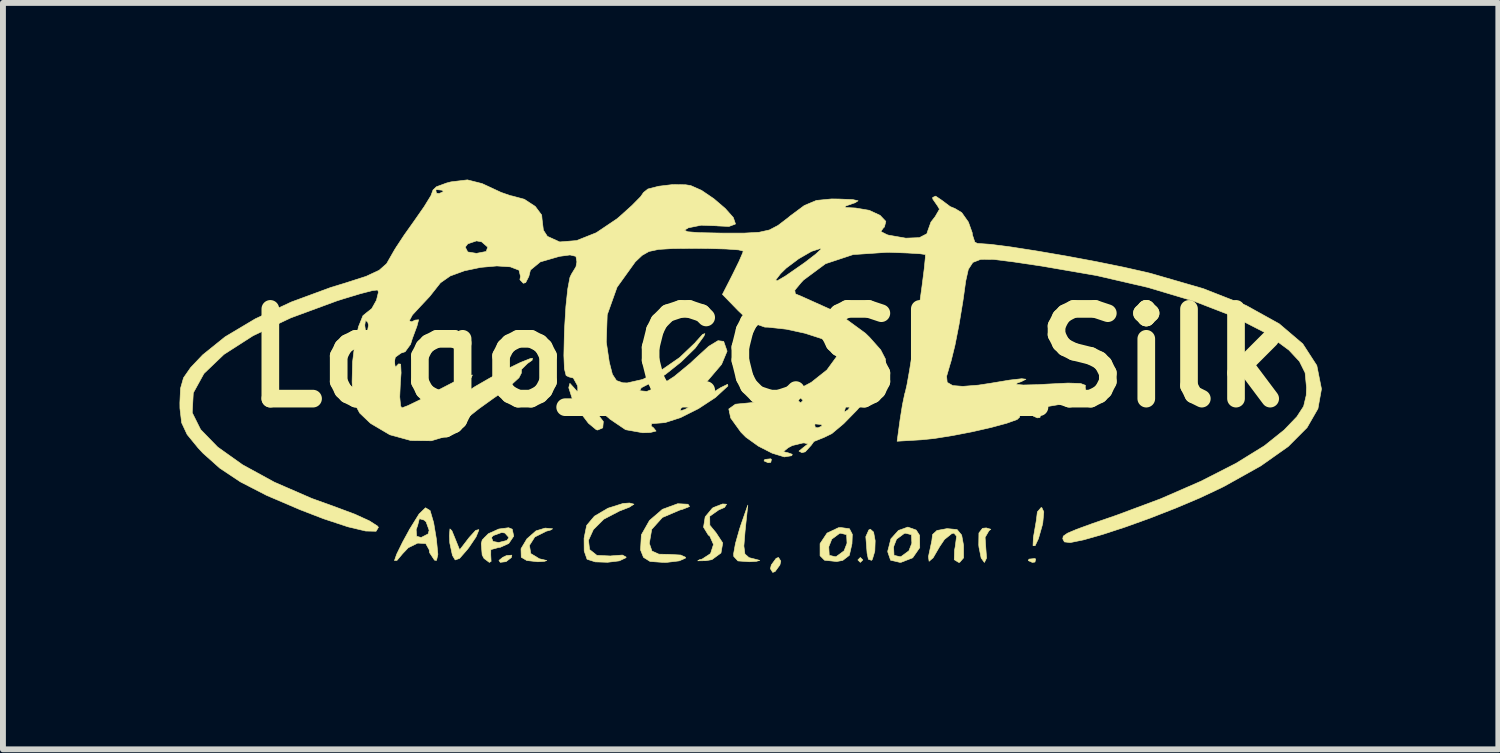
<source format=kicad_pcb>
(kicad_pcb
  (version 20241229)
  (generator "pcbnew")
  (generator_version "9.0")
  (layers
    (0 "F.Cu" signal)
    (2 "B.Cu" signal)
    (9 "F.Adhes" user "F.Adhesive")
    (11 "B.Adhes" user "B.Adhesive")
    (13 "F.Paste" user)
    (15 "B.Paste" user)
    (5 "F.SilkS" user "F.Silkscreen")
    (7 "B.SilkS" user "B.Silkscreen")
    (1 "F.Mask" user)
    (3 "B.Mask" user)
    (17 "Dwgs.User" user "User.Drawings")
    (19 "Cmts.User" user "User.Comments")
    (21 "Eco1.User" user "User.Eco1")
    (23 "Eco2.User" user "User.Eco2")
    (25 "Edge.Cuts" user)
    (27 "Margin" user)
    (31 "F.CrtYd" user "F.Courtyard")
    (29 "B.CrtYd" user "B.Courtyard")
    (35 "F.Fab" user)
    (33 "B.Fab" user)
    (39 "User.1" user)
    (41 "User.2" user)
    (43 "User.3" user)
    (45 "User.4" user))
  (footprint "Logo_CCSL_Silk"
    (layer "F.Cu")
    (at 9.996 3.031)
    (property "Reference" "Logo_CCSL_Silk" (at 0 0 0) (layer "F.SilkS") (effects (font (size 1.524 1.524) (thickness 0.3))))
    (attr through_hole)
    (fp_poly (pts (xy 1.609 3.429) (xy 1.566 3.471) (xy 1.524 3.429) (xy 1.566 3.387) (xy 1.609 3.429)) (stroke (width 0.01) (type solid)) (fill yes) (layer "F.SilkS"))
    (fp_poly (pts (xy 0.056 1.722) (xy 0.045 1.772) (xy 0 1.778) (xy -0.07 1.747) (xy -0.056 1.722) (xy 0.044 1.711) (xy 0.056 1.722)) (stroke (width 0.01) (type solid)) (fill yes) (layer "F.SilkS"))
    (fp_poly (pts (xy 4.544 3.415) (xy 4.532 3.465) (xy 4.487 3.471) (xy 4.418 3.44) (xy 4.431 3.415) (xy 4.531 3.405) (xy 4.544 3.415)) (stroke (width 0.01) (type solid)) (fill yes) (layer "F.SilkS"))
    (fp_poly (pts (xy 4.628 0.96) (xy 4.617 1.01) (xy 4.572 1.016) (xy 4.502 0.985) (xy 4.516 0.96) (xy 4.616 0.949) (xy 4.628 0.96)) (stroke (width 0.01) (type solid)) (fill yes) (layer "F.SilkS"))
    (fp_poly (pts (xy -4.361 3.388) (xy -4.451 3.458) (xy -4.549 3.47) (xy -4.572 3.438) (xy -4.506 3.384) (xy -4.441 3.354) (xy -4.353 3.348) (xy -4.361 3.388)) (stroke (width 0.01) (type solid)) (fill yes) (layer "F.SilkS"))
    (fp_poly (pts (xy 0.215 3.449) (xy 0.2 3.514) (xy 0.118 3.626) (xy 0.078 3.641) (xy 0.039 3.578) (xy 0.054 3.514) (xy 0.136 3.402) (xy 0.176 3.387) (xy 0.215 3.449)) (stroke (width 0.01) (type solid)) (fill yes) (layer "F.SilkS"))
    (fp_poly (pts (xy 1.791 2.956) (xy 1.818 3.103) (xy 1.812 3.28) (xy 1.771 3.417) (xy 1.757 3.436) (xy 1.703 3.418) (xy 1.681 3.316) (xy 1.666 3.121) (xy 1.659 3.034) (xy 1.71 2.92) (xy 1.736 2.907) (xy 1.791 2.956)) (stroke (width 0.01) (type solid)) (fill yes) (layer "F.SilkS"))
    (fp_poly (pts (xy 3.782 2.908) (xy 3.75 2.934) (xy 3.685 3.046) (xy 3.697 3.223) (xy 3.71 3.397) (xy 3.674 3.471) (xy 3.672 3.471) (xy 3.618 3.396) (xy 3.581 3.213) (xy 3.577 3.175) (xy 3.58 2.972) (xy 3.641 2.892) (xy 3.704 2.885) (xy 3.782 2.908)) (stroke (width 0.01) (type solid)) (fill yes) (layer "F.SilkS"))
    (fp_poly (pts (xy 4.682 2.613) (xy 4.665 2.798) (xy 4.655 2.843) (xy 4.591 3.068) (xy 4.534 3.188) (xy 4.499 3.187) (xy 4.505 3.05) (xy 4.518 2.974) (xy 4.555 2.759) (xy 4.572 2.62) (xy 4.572 2.614) (xy 4.635 2.541) (xy 4.648 2.54) (xy 4.682 2.613)) (stroke (width 0.01) (type solid)) (fill yes) (layer "F.SilkS"))
    (fp_poly (pts (xy -0.391 2.935) (xy -0.412 3.193) (xy -0.394 3.329) (xy -0.324 3.39) (xy -0.24 3.411) (xy -0.142 3.437) (xy -0.201 3.453) (xy -0.318 3.46) (xy -0.513 3.446) (xy -0.584 3.369) (xy -0.586 3.323) (xy -0.555 3.151) (xy -0.486 2.907) (xy -0.463 2.836) (xy -0.345 2.498) (xy -0.391 2.935)) (stroke (width 0.01) (type solid)) (fill yes) (layer "F.SilkS"))
    (fp_poly (pts (xy -5.372 2.932) (xy -5.324 3.048) (xy -5.239 3.259) (xy -5.077 3.048) (xy -4.967 2.927) (xy -4.914 2.914) (xy -4.913 2.921) (xy -4.961 3.038) (xy -5.081 3.216) (xy -5.109 3.252) (xy -5.241 3.403) (xy -5.315 3.429) (xy -5.362 3.351) (xy -5.407 3.141) (xy -5.413 3.02) (xy -5.404 2.902) (xy -5.372 2.932)) (stroke (width 0.01) (type solid)) (fill yes) (layer "F.SilkS"))
    (fp_poly (pts (xy -3.66 2.9) (xy -3.697 2.922) (xy -3.768 2.941) (xy -3.963 3.039) (xy -4.054 3.182) (xy -4.031 3.321) (xy -3.884 3.41) (xy -3.873 3.412) (xy -3.759 3.439) (xy -3.801 3.453) (xy -3.911 3.46) (xy -4.099 3.439) (xy -4.193 3.383) (xy -4.197 3.239) (xy -4.097 3.071) (xy -3.942 2.935) (xy -3.787 2.888) (xy -3.66 2.9)) (stroke (width 0.01) (type solid)) (fill yes) (layer "F.SilkS"))
    (fp_poly (pts (xy -0.706 2.483) (xy -0.74 2.537) (xy -0.84 2.58) (xy -0.992 2.687) (xy -0.99 2.84) (xy -0.885 2.967) (xy -0.771 3.141) (xy -0.801 3.311) (xy -0.955 3.424) (xy -1.058 3.442) (xy -1.196 3.444) (xy -1.165 3.425) (xy -1.122 3.415) (xy -0.978 3.321) (xy -0.928 3.166) (xy -0.991 3.024) (xy -1.016 3.006) (xy -1.097 2.873) (xy -1.069 2.697) (xy -0.947 2.55) (xy -0.924 2.536) (xy -0.772 2.478) (xy -0.706 2.483)) (stroke (width 0.01) (type solid)) (fill yes) (layer "F.SilkS"))
    (fp_poly (pts (xy 3.209 2.913) (xy 3.287 3.007) (xy 3.319 3.181) (xy 3.32 3.393) (xy 3.254 3.47) (xy 3.236 3.471) (xy 3.161 3.425) (xy 3.166 3.264) (xy 3.177 3.207) (xy 3.201 3.027) (xy 3.157 2.974) (xy 3.12 2.981) (xy 2.995 3.081) (xy 2.912 3.204) (xy 2.803 3.392) (xy 2.734 3.452) (xy 2.723 3.374) (xy 2.738 3.302) (xy 2.78 3.105) (xy 2.793 2.997) (xy 2.867 2.929) (xy 3.039 2.897) (xy 3.209 2.913)) (stroke (width 0.01) (type solid)) (fill yes) (layer "F.SilkS"))
    (fp_poly (pts (xy -1.361 2.483) (xy -1.335 2.521) (xy -1.458 2.571) (xy -1.499 2.581) (xy -1.796 2.708) (xy -1.977 2.909) (xy -2.018 3.147) (xy -1.973 3.278) (xy -1.856 3.331) (xy -1.674 3.335) (xy -1.484 3.346) (xy -1.402 3.384) (xy -1.404 3.398) (xy -1.51 3.445) (xy -1.718 3.47) (xy -1.781 3.471) (xy -2.005 3.455) (xy -2.117 3.385) (xy -2.167 3.259) (xy -2.153 3.003) (xy -2.015 2.759) (xy -1.795 2.569) (xy -1.535 2.474) (xy -1.361 2.483)) (stroke (width 0.01) (type solid)) (fill yes) (layer "F.SilkS"))
    (fp_poly (pts (xy 1.381 2.899) (xy 1.43 2.994) (xy 1.424 3.154) (xy 1.379 3.351) (xy 1.267 3.437) (xy 1.164 3.456) (xy 0.958 3.434) (xy 0.882 3.357) (xy 0.882 3.205) (xy 1.03 3.205) (xy 1.038 3.35) (xy 1.14 3.375) (xy 1.157 3.372) (xy 1.29 3.274) (xy 1.34 3.145) (xy 1.333 3) (xy 1.231 2.975) (xy 1.213 2.978) (xy 1.081 3.076) (xy 1.03 3.205) (xy 0.882 3.205) (xy 0.882 3.152) (xy 1.001 2.973) (xy 1.196 2.881) (xy 1.236 2.879) (xy 1.381 2.899)) (stroke (width 0.01) (type solid)) (fill yes) (layer "F.SilkS"))
    (fp_poly (pts (xy 2.515 2.922) (xy 2.573 3.012) (xy 2.575 3.22) (xy 2.455 3.393) (xy 2.254 3.471) (xy 2.241 3.471) (xy 2.08 3.434) (xy 2.032 3.294) (xy 2.032 3.277) (xy 2.051 3.205) (xy 2.131 3.205) (xy 2.138 3.35) (xy 2.24 3.375) (xy 2.258 3.372) (xy 2.391 3.274) (xy 2.441 3.145) (xy 2.434 3) (xy 2.332 2.975) (xy 2.314 2.978) (xy 2.181 3.076) (xy 2.131 3.205) (xy 2.051 3.205) (xy 2.085 3.071) (xy 2.214 2.928) (xy 2.373 2.871) (xy 2.515 2.922)) (stroke (width 0.01) (type solid)) (fill yes) (layer "F.SilkS"))
    (fp_poly (pts (xy -2.279 2.482) (xy -2.359 2.534) (xy -2.525 2.598) (xy -2.791 2.737) (xy -2.968 2.913) (xy -3.051 3.095) (xy -3.033 3.252) (xy -2.909 3.351) (xy -2.673 3.362) (xy -2.664 3.36) (xy -2.474 3.346) (xy -2.411 3.381) (xy -2.416 3.392) (xy -2.528 3.445) (xy -2.727 3.469) (xy -2.935 3.462) (xy -3.071 3.419) (xy -3.076 3.415) (xy -3.124 3.277) (xy -3.126 3.06) (xy -3.083 2.848) (xy -3.08 2.84) (xy -2.95 2.686) (xy -2.721 2.551) (xy -2.465 2.47) (xy -2.354 2.462) (xy -2.279 2.482)) (stroke (width 0.01) (type solid)) (fill yes) (layer "F.SilkS"))
    (fp_poly (pts (xy -4.346 2.907) (xy -4.321 3.025) (xy -4.405 3.149) (xy -4.553 3.216) (xy -4.578 3.217) (xy -4.71 3.254) (xy -4.711 3.344) (xy -4.705 3.454) (xy -4.735 3.471) (xy -4.825 3.404) (xy -4.857 3.344) (xy -4.872 3.153) (xy -4.856 3.09) (xy -4.816 3.048) (xy -4.699 3.048) (xy -4.673 3.115) (xy -4.577 3.133) (xy -4.437 3.098) (xy -4.403 3.048) (xy -4.471 2.972) (xy -4.525 2.963) (xy -4.669 3.015) (xy -4.699 3.048) (xy -4.816 3.048) (xy -4.751 2.983) (xy -4.575 2.904) (xy -4.408 2.882) (xy -4.346 2.907)) (stroke (width 0.01) (type solid)) (fill yes) (layer "F.SilkS"))
    (fp_poly (pts (xy -5.741 2.591) (xy -5.681 2.796) (xy -5.634 3.078) (xy -5.609 3.334) (xy -5.632 3.437) (xy -5.666 3.433) (xy -5.75 3.306) (xy -5.757 3.255) (xy -5.815 3.151) (xy -5.952 3.143) (xy -6.112 3.222) (xy -6.208 3.323) (xy -6.304 3.437) (xy -6.346 3.439) (xy -6.309 3.332) (xy -6.208 3.126) (xy -6.092 2.914) (xy -5.978 2.914) (xy -5.97 3.027) (xy -5.893 3.048) (xy -5.775 2.987) (xy -5.757 2.926) (xy -5.809 2.782) (xy -5.842 2.752) (xy -5.921 2.729) (xy -5.927 2.74) (xy -5.953 2.844) (xy -5.978 2.914) (xy -6.092 2.914) (xy -6.084 2.9) (xy -5.928 2.648) (xy -5.819 2.543) (xy -5.741 2.591)) (stroke (width 0.01) (type solid)) (fill yes) (layer "F.SilkS"))
    (fp_poly (pts (xy -4.858 -2.963) (xy -4.752 -2.914) (xy -4.535 -2.813) (xy -4.374 -2.757) (xy -4.35 -2.753) (xy -4.141 -2.697) (xy -3.955 -2.575) (xy -3.846 -2.429) (xy -3.839 -2.352) (xy -3.817 -2.172) (xy -3.749 -2.067) (xy -3.54 -1.972) (xy -3.253 -1.995) (xy -2.919 -2.128) (xy -2.571 -2.362) (xy -2.523 -2.402) (xy -2.312 -2.592) (xy -2.165 -2.741) (xy -2.117 -2.811) (xy -2.042 -2.871) (xy -1.858 -2.918) (xy -1.624 -2.946) (xy -1.401 -2.943) (xy -1.314 -2.929) (xy -1.131 -2.848) (xy -0.922 -2.706) (xy -0.728 -2.54) (xy -0.591 -2.386) (xy -0.555 -2.28) (xy -0.557 -2.275) (xy -0.665 -2.235) (xy -0.861 -2.244) (xy -0.874 -2.246) (xy -1.137 -2.256) (xy -1.355 -2.212) (xy -1.42 -2.172) (xy -1.367 -2.145) (xy -1.18 -2.13) (xy -0.842 -2.123) (xy -0.776 -2.122) (xy -0.404 -2.122) (xy -0.154 -2.136) (xy 0.021 -2.175) (xy 0.168 -2.252) (xy 0.333 -2.378) (xy 0.375 -2.413) (xy 0.615 -2.591) (xy 0.82 -2.677) (xy 1.075 -2.702) (xy 1.194 -2.701) (xy 1.438 -2.691) (xy 1.528 -2.671) (xy 1.476 -2.637) (xy 1.439 -2.625) (xy 1.304 -2.577) (xy 1.318 -2.557) (xy 1.487 -2.548) (xy 1.717 -2.509) (xy 1.901 -2.424) (xy 1.999 -2.321) (xy 1.975 -2.225) (xy 1.961 -2.215) (xy 1.914 -2.149) (xy 2.019 -2.095) (xy 2.046 -2.087) (xy 2.338 -2.036) (xy 2.569 -2.045) (xy 2.696 -2.111) (xy 2.709 -2.153) (xy 2.765 -2.309) (xy 2.837 -2.402) (xy 2.91 -2.528) (xy 2.879 -2.582) (xy 2.797 -2.7) (xy 2.794 -2.727) (xy 2.845 -2.75) (xy 2.949 -2.68) (xy 3.093 -2.572) (xy 3.172 -2.54) (xy 3.287 -2.471) (xy 3.401 -2.31) (xy 3.466 -2.129) (xy 3.469 -2.095) (xy 3.51 -1.97) (xy 3.553 -1.947) (xy 3.781 -1.931) (xy 4.135 -1.885) (xy 4.576 -1.816) (xy 5.065 -1.732) (xy 5.564 -1.639) (xy 6.032 -1.544) (xy 6.431 -1.454) (xy 6.496 -1.438) (xy 7.39 -1.179) (xy 8.117 -0.894) (xy 8.68 -0.582) (xy 9.08 -0.242) (xy 9.319 0.127) (xy 9.398 0.525) (xy 9.338 0.86) (xy 9.153 1.182) (xy 8.833 1.503) (xy 8.368 1.831) (xy 7.747 2.178) (xy 7.691 2.206) (xy 7.335 2.374) (xy 6.926 2.547) (xy 6.494 2.716) (xy 6.069 2.869) (xy 5.681 2.996) (xy 5.358 3.088) (xy 5.132 3.134) (xy 5.032 3.123) (xy 5.032 3.123) (xy 5.004 3.07) (xy 5.013 3.025) (xy 5.084 2.975) (xy 5.24 2.909) (xy 5.506 2.812) (xy 5.906 2.674) (xy 5.931 2.665) (xy 6.668 2.39) (xy 7.349 2.093) (xy 7.945 1.789) (xy 8.428 1.491) (xy 8.764 1.222) (xy 8.98 0.997) (xy 9.095 0.82) (xy 9.139 0.634) (xy 9.144 0.5) (xy 9.12 0.25) (xy 9.024 0.057) (xy 8.845 -0.135) (xy 8.451 -0.426) (xy 7.908 -0.705) (xy 7.235 -0.965) (xy 6.452 -1.199) (xy 5.579 -1.401) (xy 4.646 -1.562) (xy 4.169 -1.633) (xy 3.834 -1.675) (xy 3.612 -1.677) (xy 3.477 -1.624) (xy 3.4 -1.506) (xy 3.356 -1.309) (xy 3.316 -1.021) (xy 3.306 -0.953) (xy 3.243 -0.572) (xy 3.173 -0.216) (xy 3.107 0.052) (xy 3.091 0.104) (xy 3.031 0.31) (xy 3.041 0.413) (xy 3.129 0.464) (xy 3.141 0.468) (xy 3.307 0.481) (xy 3.571 0.46) (xy 3.78 0.428) (xy 4.105 0.374) (xy 4.308 0.351) (xy 4.378 0.36) (xy 4.299 0.401) (xy 4.233 0.423) (xy 4.212 0.448) (xy 4.335 0.458) (xy 4.582 0.452) (xy 4.734 0.443) (xy 5.094 0.425) (xy 5.306 0.432) (xy 5.389 0.463) (xy 5.385 0.494) (xy 5.397 0.573) (xy 5.512 0.593) (xy 5.656 0.605) (xy 5.647 0.638) (xy 5.502 0.685) (xy 5.234 0.741) (xy 5.07 0.768) (xy 4.661 0.838) (xy 4.404 0.895) (xy 4.279 0.947) (xy 4.271 0.996) (xy 4.274 1.001) (xy 4.229 1.044) (xy 4.053 1.107) (xy 3.787 1.179) (xy 3.467 1.252) (xy 3.131 1.317) (xy 2.817 1.367) (xy 2.598 1.389) (xy 2.191 1.413) (xy 2.241 1.046) (xy 2.281 0.795) (xy 2.32 0.608) (xy 2.331 0.573) (xy 2.358 0.454) (xy 2.401 0.213) (xy 2.453 -0.113) (xy 2.509 -0.486) (xy 2.565 -0.869) (xy 2.614 -1.224) (xy 2.651 -1.515) (xy 2.67 -1.705) (xy 2.671 -1.758) (xy 2.583 -1.771) (xy 2.369 -1.784) (xy 2.073 -1.795) (xy 2.024 -1.796) (xy 1.443 -1.757) (xy 0.975 -1.602) (xy 0.601 -1.325) (xy 0.56 -1.281) (xy 0.453 -1.152) (xy 0.462 -1.09) (xy 0.56 -1.05) (xy 1.162 -0.779) (xy 1.652 -0.421) (xy 1.722 -0.353) (xy 1.911 -0.14) (xy 1.993 0.018) (xy 1.991 0.173) (xy 1.984 0.203) (xy 1.895 0.39) (xy 1.726 0.629) (xy 1.51 0.883) (xy 1.284 1.114) (xy 1.081 1.284) (xy 0.937 1.354) (xy 0.932 1.355) (xy 0.778 1.417) (xy 0.731 1.482) (xy 0.63 1.593) (xy 0.574 1.607) (xy 0.524 1.581) (xy 0.593 1.524) (xy 0.677 1.458) (xy 0.614 1.442) (xy 0.593 1.442) (xy 0.411 1.486) (xy 0.339 1.524) (xy 0.259 1.59) (xy 0.328 1.607) (xy 0.332 1.607) (xy 0.41 1.635) (xy 0.401 1.659) (xy 0.275 1.679) (xy 0.069 1.616) (xy -0.166 1.496) (xy -0.379 1.343) (xy -0.463 1.258) (xy -0.556 1.129) (xy 0.79 1.129) (xy 0.802 1.179) (xy 0.847 1.185) (xy 0.916 1.154) (xy 0.903 1.129) (xy 0.803 1.119) (xy 0.79 1.129) (xy -0.556 1.129) (xy -0.636 1.018) (xy -0.656 0.921) (xy 1.292 0.921) (xy 1.354 0.88) (xy 1.365 0.869) (xy 1.432 0.758) (xy 1.423 0.717) (xy 1.36 0.743) (xy 1.318 0.822) (xy 1.292 0.921) (xy -0.656 0.921) (xy -0.668 0.865) (xy -0.555 0.784) (xy -0.318 0.761) (xy -0.003 0.72) (xy 0.508 0.72) (xy 0.55 0.762) (xy 0.593 0.72) (xy 0.55 0.677) (xy 0.508 0.72) (xy -0.003 0.72) (xy 0.037 0.714) (xy 0.4 0.59) (xy 0.733 0.413) (xy 0.998 0.203) (xy 1.157 -0.015) (xy 1.185 -0.139) (xy 1.109 -0.232) (xy 0.908 -0.33) (xy 0.626 -0.421) (xy 0.309 -0.49) (xy -0.001 -0.524) (xy -0.056 -0.525) (xy -0.225 -0.585) (xy -0.431 -0.732) (xy -0.507 -0.804) (xy -0.776 -1.081) (xy -0.651 -1.325) (xy 0.128 -1.325) (xy 0.153 -1.311) (xy 0.294 -1.393) (xy 0.559 -1.577) (xy 0.627 -1.625) (xy 0.805 -1.762) (xy 0.897 -1.847) (xy 0.897 -1.863) (xy 0.737 -1.812) (xy 0.519 -1.686) (xy 0.307 -1.527) (xy 0.211 -1.433) (xy 0.128 -1.325) (xy -0.651 -1.325) (xy -0.6 -1.426) (xy -0.494 -1.642) (xy -0.431 -1.788) (xy -0.423 -1.817) (xy -0.502 -1.837) (xy -0.713 -1.852) (xy -1.02 -1.861) (xy -1.232 -1.863) (xy -1.611 -1.86) (xy -1.861 -1.845) (xy -2.024 -1.81) (xy -2.14 -1.744) (xy -2.251 -1.639) (xy -2.259 -1.63) (xy -2.566 -1.203) (xy -2.733 -0.735) (xy -2.749 -0.273) (xy -2.698 0.07) (xy -2.645 0.277) (xy -2.575 0.383) (xy -2.47 0.42) (xy -2.394 0.423) (xy -2.133 0.364) (xy -1.817 0.209) (xy -1.502 -0.009) (xy -1.242 -0.257) (xy -1.227 -0.275) (xy -1.112 -0.402) (xy -1.074 -0.415) (xy -1.091 -0.371) (xy -1.239 -0.168) (xy -1.478 0.066) (xy -1.747 0.28) (xy -1.988 0.422) (xy -2.011 0.431) (xy -2.153 0.504) (xy -2.182 0.555) (xy -2.06 0.567) (xy -1.852 0.48) (xy -1.594 0.313) (xy -1.32 0.087) (xy -1.249 0.02) (xy -1.009 -0.199) (xy -0.851 -0.295) (xy -0.757 -0.283) (xy -0.754 -0.28) (xy -0.697 -0.117) (xy -0.791 0.108) (xy -1.038 0.398) (xy -1.153 0.508) (xy -1.347 0.698) (xy -1.472 0.84) (xy -1.5 0.899) (xy -1.417 0.875) (xy -1.236 0.775) (xy -1.015 0.634) (xy -0.808 0.504) (xy -0.689 0.446) (xy -0.683 0.474) (xy -0.686 0.477) (xy -0.895 0.67) (xy -1.183 0.859) (xy -1.488 1.012) (xy -1.749 1.096) (xy -1.816 1.102) (xy -1.978 1.114) (xy -1.987 1.155) (xy -1.947 1.185) (xy -1.903 1.24) (xy -2.003 1.265) (xy -2.129 1.269) (xy -2.421 1.217) (xy -2.687 1.037) (xy -2.7 1.024) (xy -2.859 0.891) (xy -2.953 0.84) (xy -2.963 0.85) (xy -2.902 0.956) (xy -2.879 0.974) (xy -2.799 1.078) (xy -2.809 1.186) (xy -2.895 1.223) (xy -2.919 1.217) (xy -3.052 1.107) (xy -3.203 0.908) (xy -3.328 0.686) (xy -3.385 0.508) (xy -3.385 0.498) (xy -3.367 0.43) (xy -3.296 0.508) (xy -3.234 0.579) (xy -3.233 0.5) (xy -3.239 0.466) (xy -3.309 0.339) (xy -3.381 0.321) (xy -3.431 0.297) (xy -3.46 0.183) (xy -3.469 -0.045) (xy -3.461 -0.414) (xy -3.457 -0.51) (xy -3.435 -0.875) (xy -3.403 -1.175) (xy -3.366 -1.37) (xy -3.341 -1.423) (xy -3.264 -1.55) (xy -3.248 -1.632) (xy -3.264 -1.727) (xy -3.365 -1.751) (xy -3.544 -1.727) (xy -3.869 -1.633) (xy -4.037 -1.495) (xy -4.064 -1.387) (xy -4.118 -1.281) (xy -4.158 -1.27) (xy -4.216 -1.331) (xy -4.206 -1.388) (xy -4.231 -1.492) (xy -4.379 -1.549) (xy -4.608 -1.564) (xy -4.882 -1.54) (xy -5.158 -1.482) (xy -5.399 -1.394) (xy -5.565 -1.278) (xy -5.588 -1.249) (xy -5.749 -1.045) (xy -5.905 -0.879) (xy -6.042 -0.731) (xy -6.095 -0.632) (xy -6.053 -0.615) (xy -5.997 -0.644) (xy -5.936 -0.65) (xy -5.964 -0.543) (xy -6.043 -0.33) (xy -6.073 -0.233) (xy -6.165 -0.107) (xy -6.233 -0.085) (xy -6.331 -0.015) (xy -6.349 0.064) (xy -6.331 0.157) (xy -6.276 0.099) (xy -6.241 0.104) (xy -6.234 0.252) (xy -6.246 0.416) (xy -6.257 0.659) (xy -6.242 0.815) (xy -6.22 0.847) (xy -6.117 0.808) (xy -5.91 0.708) (xy -5.641 0.565) (xy -5.606 0.546) (xy -5.32 0.398) (xy -5.121 0.312) (xy -5.023 0.288) (xy -5.041 0.329) (xy -5.192 0.437) (xy -5.309 0.51) (xy -5.493 0.64) (xy -5.539 0.724) (xy -5.516 0.742) (xy -5.375 0.723) (xy -5.187 0.623) (xy -5.173 0.613) (xy -4.982 0.487) (xy -4.725 0.339) (xy -4.45 0.194) (xy -4.205 0.075) (xy -4.039 0.009) (xy -4.003 0.003) (xy -4.009 0.038) (xy -4.087 0.092) (xy -4.189 0.193) (xy -4.191 0.255) (xy -4.232 0.335) (xy -4.386 0.476) (xy -4.618 0.651) (xy -4.651 0.673) (xy -4.91 0.859) (xy -5.115 1.021) (xy -5.222 1.128) (xy -5.224 1.131) (xy -5.424 1.316) (xy -5.72 1.405) (xy -6.068 1.401) (xy -6.425 1.303) (xy -6.747 1.113) (xy -6.764 1.099) (xy -6.937 0.934) (xy -7.025 0.769) (xy -7.06 0.536) (xy -7.065 0.423) (xy -6.435 0.423) (xy -6.404 0.493) (xy -6.378 0.48) (xy -6.368 0.379) (xy -6.378 0.367) (xy -6.429 0.379) (xy -6.435 0.423) (xy -7.065 0.423) (xy -7.066 0.401) (xy -7.058 0.069) (xy -7.018 -0.257) (xy -6.957 -0.534) (xy -6.947 -0.557) (xy -6.851 -0.557) (xy -6.836 -0.448) (xy -6.807 -0.446) (xy -6.787 -0.56) (xy -6.8 -0.609) (xy -6.838 -0.641) (xy -6.851 -0.557) (xy -6.947 -0.557) (xy -6.882 -0.719) (xy -6.816 -0.773) (xy -6.732 -0.839) (xy -6.652 -0.982) (xy -6.619 -1.117) (xy -6.631 -1.156) (xy -6.72 -1.146) (xy -6.929 -1.092) (xy -7.22 -1.004) (xy -7.321 -0.972) (xy -8.106 -0.683) (xy -8.748 -0.379) (xy -9.242 -0.062) (xy -9.582 0.263) (xy -9.763 0.592) (xy -9.781 0.921) (xy -9.779 0.933) (xy -9.639 1.214) (xy -9.349 1.512) (xy -8.926 1.813) (xy -8.387 2.108) (xy -7.75 2.385) (xy -7.329 2.537) (xy -7.016 2.654) (xy -6.771 2.766) (xy -6.634 2.854) (xy -6.619 2.875) (xy -6.659 2.942) (xy -6.836 2.938) (xy -7.138 2.866) (xy -7.549 2.73) (xy -7.944 2.578) (xy -8.519 2.332) (xy -8.963 2.103) (xy -9.312 1.871) (xy -9.599 1.615) (xy -9.68 1.528) (xy -9.868 1.298) (xy -9.961 1.099) (xy -9.99 0.853) (xy -9.991 0.76) (xy -9.98 0.515) (xy -9.929 0.336) (xy -9.808 0.162) (xy -9.604 -0.053) (xy -9.223 -0.36) (xy -8.71 -0.666) (xy -8.1 -0.951) (xy -7.43 -1.198) (xy -7.184 -1.273) (xy -6.829 -1.387) (xy -6.606 -1.491) (xy -6.48 -1.602) (xy -6.444 -1.665) (xy -6.345 -1.838) (xy -6.316 -1.884) (xy -5.144 -1.884) (xy -5.102 -1.802) (xy -4.953 -1.778) (xy -4.788 -1.81) (xy -4.763 -1.884) (xy -4.866 -1.974) (xy -4.953 -1.99) (xy -5.101 -1.94) (xy -5.144 -1.884) (xy -6.316 -1.884) (xy -6.181 -2.089) (xy -6.01 -2.33) (xy -5.842 -2.571) (xy -5.727 -2.758) (xy -5.693 -2.85) (xy -5.644 -2.85) (xy -5.633 -2.8) (xy -5.588 -2.794) (xy -5.518 -2.825) (xy -5.532 -2.85) (xy -5.632 -2.861) (xy -5.644 -2.85) (xy -5.693 -2.85) (xy -5.692 -2.853) (xy -5.692 -2.853) (xy -5.634 -2.909) (xy -5.46 -2.973) (xy -5.387 -2.992) (xy -5.108 -3.026) (xy -4.858 -2.963)) (stroke (width 0.01) (type solid)) (fill yes) (layer "F.SilkS")))
  (gr_rect
    (start -3 -3)
    (end 22.398 9.677)
    (stroke (width 0.1) (type default))
    (fill no)
    (layer "Edge.Cuts")))
</source>
